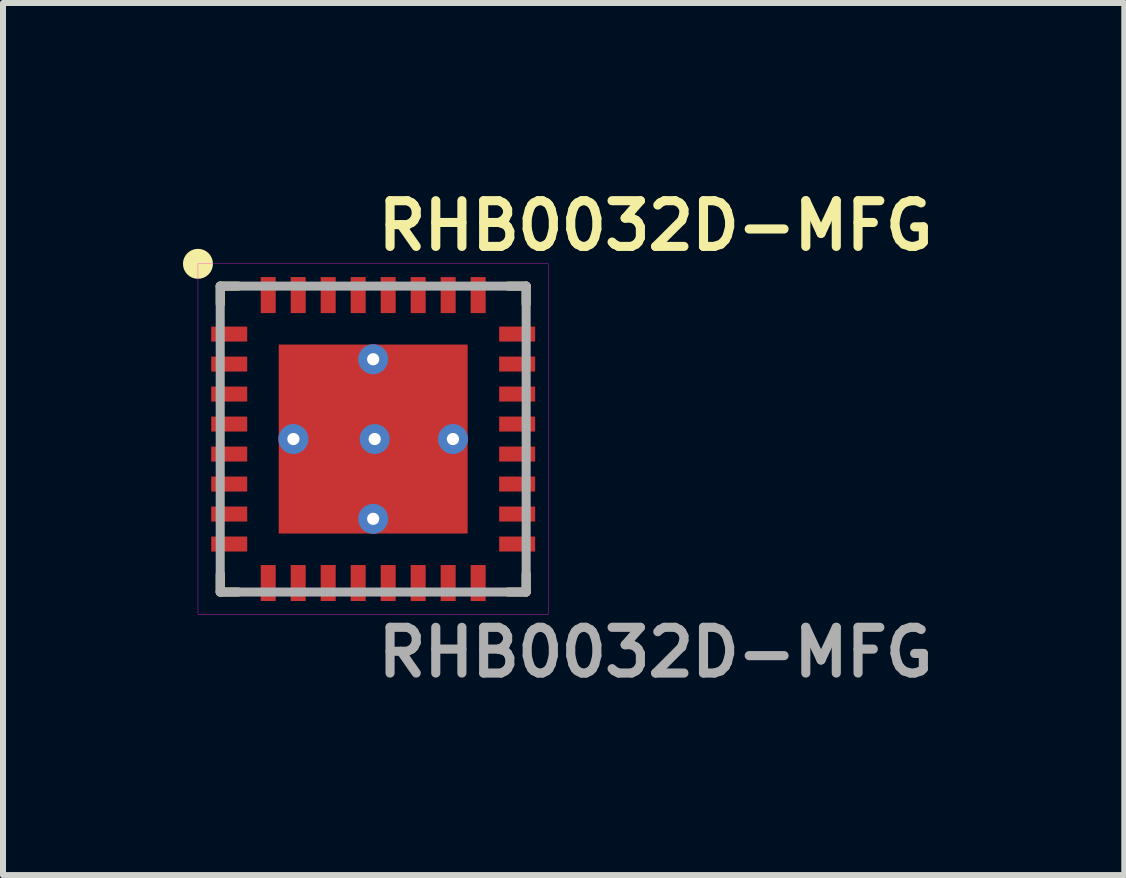
<source format=kicad_pcb>
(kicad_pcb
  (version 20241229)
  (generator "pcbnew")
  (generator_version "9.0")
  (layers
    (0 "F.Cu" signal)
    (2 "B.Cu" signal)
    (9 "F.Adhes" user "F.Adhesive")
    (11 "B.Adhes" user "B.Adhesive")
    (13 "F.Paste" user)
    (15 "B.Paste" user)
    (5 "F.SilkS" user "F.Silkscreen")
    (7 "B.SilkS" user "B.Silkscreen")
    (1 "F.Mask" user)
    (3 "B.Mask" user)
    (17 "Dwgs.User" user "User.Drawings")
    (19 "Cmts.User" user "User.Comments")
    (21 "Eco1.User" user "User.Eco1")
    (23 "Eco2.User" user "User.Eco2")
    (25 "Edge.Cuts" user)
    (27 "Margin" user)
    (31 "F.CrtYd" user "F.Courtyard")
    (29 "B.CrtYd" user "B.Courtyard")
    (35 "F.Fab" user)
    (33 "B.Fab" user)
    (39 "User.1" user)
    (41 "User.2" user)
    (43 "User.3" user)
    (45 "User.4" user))
  (footprint "RHB0032D-MFG"
    (layer "F.Cu")
    (at 3.171 4.269)
    (property "Reference" "RHB0032D-MFG" (at 0 -3.556 0) (unlocked yes) (layer "F.SilkS") (effects (font (size 0.762 0.762) (thickness 0.152) (bold yes)) (justify left)))
    (attr smd)
    (fp_line (start -2.55 -2.55) (end -2.25 -2.55) (stroke (width 0.15) (type solid)) (layer "F.SilkS"))
    (fp_line (start -2.55 -2.25) (end -2.55 -2.55) (stroke (width 0.15) (type solid)) (layer "F.SilkS"))
    (fp_line (start -2.55 2.55) (end -2.55 2.25) (stroke (width 0.15) (type solid)) (layer "F.SilkS"))
    (fp_line (start -2.55 2.55) (end -2.25 2.55) (stroke (width 0.15) (type solid)) (layer "F.SilkS"))
    (fp_line (start 2.25 -2.55) (end 2.55 -2.55) (stroke (width 0.15) (type solid)) (layer "F.SilkS"))
    (fp_line (start 2.25 2.55) (end 2.55 2.55) (stroke (width 0.15) (type solid)) (layer "F.SilkS"))
    (fp_line (start 2.55 -2.25) (end 2.55 -2.55) (stroke (width 0.15) (type solid)) (layer "F.SilkS"))
    (fp_line (start 2.55 2.55) (end 2.55 2.25) (stroke (width 0.15) (type solid)) (layer "F.SilkS"))
    (fp_circle (center -2.921 -2.921) (end -2.796 -2.921) (stroke (width 0.25) (type solid)) (fill no) (layer "F.SilkS"))
    (fp_poly (pts (xy -1.42 1.47) (xy -1.47 1.42) (xy -1.47 0.15) (xy -1.42 0.1) (xy -0.15 0.1) (xy -0.1 0.15) (xy -0.1 1.42) (xy -0.15 1.47)) (stroke (width 0) (type solid)) (fill yes) (layer "F.Paste"))
    (fp_poly (pts (xy -0.1 -0.15) (xy -0.15 -0.1) (xy -1.42 -0.1) (xy -1.47 -0.15) (xy -1.47 -1.42) (xy -1.42 -1.47) (xy -0.15 -1.47) (xy -0.1 -1.42)) (stroke (width 0) (type solid)) (fill yes) (layer "F.Paste"))
    (fp_poly (pts (xy 0.1 -0.15) (xy 0.1 -1.42) (xy 0.15 -1.47) (xy 1.42 -1.47) (xy 1.47 -1.42) (xy 1.47 -0.15) (xy 1.42 -0.1) (xy 0.15 -0.1)) (stroke (width 0) (type solid)) (fill yes) (layer "F.Paste"))
    (fp_poly (pts (xy 1.47 0.15) (xy 1.47 1.42) (xy 1.42 1.47) (xy 0.15 1.47) (xy 0.1 1.42) (xy 0.1 0.15) (xy 0.15 0.1) (xy 1.42 0.1)) (stroke (width 0) (type solid)) (fill yes) (layer "F.Paste"))
    (fp_rect (start -2.921 -2.921) (end 2.921 2.921) (stroke (width 0.006) (type default)) (fill no) (layer "F.CrtYd"))
    (fp_line (start -2.55 -2.55) (end 2.55 -2.55) (stroke (width 0.15) (type solid)) (layer "F.Fab"))
    (fp_line (start -2.55 2.55) (end -2.55 -2.55) (stroke (width 0.15) (type solid)) (layer "F.Fab"))
    (fp_line (start -2.55 2.55) (end 2.55 2.55) (stroke (width 0.15) (type solid)) (layer "F.Fab"))
    (fp_line (start 2.55 2.55) (end 2.55 -2.55) (stroke (width 0.15) (type solid)) (layer "F.Fab"))
    (fp_text user "${REFERENCE}" (at 0 3.556 0) (unlocked yes) (layer "F.Fab") (effects (font (size 0.762 0.762) (thickness 0.152) (bold yes)) (justify left)))
    (pad "1" smd rect (at -2.4 -1.75) (size 0.6 0.25) (layers "F.Cu" "F.Mask" "F.Paste"))
    (pad "2" smd rect (at -2.4 -1.25) (size 0.6 0.25) (layers "F.Cu" "F.Mask" "F.Paste"))
    (pad "3" smd rect (at -2.4 -0.75) (size 0.6 0.25) (layers "F.Cu" "F.Mask" "F.Paste"))
    (pad "4" smd rect (at -2.4 -0.25) (size 0.6 0.25) (layers "F.Cu" "F.Mask" "F.Paste"))
    (pad "5" smd rect (at -2.4 0.25) (size 0.6 0.25) (layers "F.Cu" "F.Mask" "F.Paste"))
    (pad "6" smd rect (at -2.4 0.75) (size 0.6 0.25) (layers "F.Cu" "F.Mask" "F.Paste"))
    (pad "7" smd rect (at -2.4 1.25) (size 0.6 0.25) (layers "F.Cu" "F.Mask" "F.Paste"))
    (pad "8" smd rect (at -2.4 1.75) (size 0.6 0.25) (layers "F.Cu" "F.Mask" "F.Paste"))
    (pad "9" smd rect (at -1.75 2.4 90) (size 0.6 0.25) (layers "F.Cu" "F.Mask" "F.Paste"))
    (pad "10" smd rect (at -1.25 2.4 90) (size 0.6 0.25) (layers "F.Cu" "F.Mask" "F.Paste"))
    (pad "11" smd rect (at -0.75 2.4 90) (size 0.6 0.25) (layers "F.Cu" "F.Mask" "F.Paste"))
    (pad "12" smd rect (at -0.25 2.4 90) (size 0.6 0.25) (layers "F.Cu" "F.Mask" "F.Paste"))
    (pad "13" smd rect (at 0.25 2.4 90) (size 0.6 0.25) (layers "F.Cu" "F.Mask" "F.Paste"))
    (pad "14" smd rect (at 0.75 2.4 90) (size 0.6 0.25) (layers "F.Cu" "F.Mask" "F.Paste"))
    (pad "15" smd rect (at 1.25 2.4 90) (size 0.6 0.25) (layers "F.Cu" "F.Mask" "F.Paste"))
    (pad "16" smd rect (at 1.75 2.4 90) (size 0.6 0.25) (layers "F.Cu" "F.Mask" "F.Paste"))
    (pad "17" smd rect (at 2.4 1.75) (size 0.6 0.25) (layers "F.Cu" "F.Mask" "F.Paste"))
    (pad "18" smd rect (at 2.4 1.25) (size 0.6 0.25) (layers "F.Cu" "F.Mask" "F.Paste"))
    (pad "19" smd rect (at 2.4 0.75) (size 0.6 0.25) (layers "F.Cu" "F.Mask" "F.Paste"))
    (pad "20" smd rect (at 2.4 0.25) (size 0.6 0.25) (layers "F.Cu" "F.Mask" "F.Paste"))
    (pad "21" smd rect (at 2.4 -0.25) (size 0.6 0.25) (layers "F.Cu" "F.Mask" "F.Paste"))
    (pad "22" smd rect (at 2.4 -0.75) (size 0.6 0.25) (layers "F.Cu" "F.Mask" "F.Paste"))
    (pad "23" smd rect (at 2.4 -1.25) (size 0.6 0.25) (layers "F.Cu" "F.Mask" "F.Paste"))
    (pad "24" smd rect (at 2.4 -1.75) (size 0.6 0.25) (layers "F.Cu" "F.Mask" "F.Paste"))
    (pad "25" smd rect (at 1.75 -2.4 90) (size 0.6 0.25) (layers "F.Cu" "F.Mask" "F.Paste"))
    (pad "26" smd rect (at 1.25 -2.4 90) (size 0.6 0.25) (layers "F.Cu" "F.Mask" "F.Paste"))
    (pad "27" smd rect (at 0.75 -2.4 90) (size 0.6 0.25) (layers "F.Cu" "F.Mask" "F.Paste"))
    (pad "28" smd rect (at 0.25 -2.4 90) (size 0.6 0.25) (layers "F.Cu" "F.Mask" "F.Paste"))
    (pad "29" smd rect (at -0.25 -2.4 90) (size 0.6 0.25) (layers "F.Cu" "F.Mask" "F.Paste"))
    (pad "30" smd rect (at -0.75 -2.4 90) (size 0.6 0.25) (layers "F.Cu" "F.Mask" "F.Paste"))
    (pad "31" smd rect (at -1.25 -2.4 90) (size 0.6 0.25) (layers "F.Cu" "F.Mask" "F.Paste"))
    (pad "32" smd rect (at -1.75 -2.4 90) (size 0.6 0.25) (layers "F.Cu" "F.Mask" "F.Paste"))
    (pad "33" thru_hole circle (at -1.33 0) (size 0.5 0.5) (drill 0.203) (layers "*.Cu" "*.Mask"))
    (pad "33" thru_hole circle (at 0 -1.33) (size 0.5 0.5) (drill 0.203) (layers "*.Cu" "*.Mask"))
    (pad "33" smd rect (at 0 0) (size 3.15 3.15) (layers "F.Cu" "F.Mask"))
    (pad "33" thru_hole circle (at 0 1.33) (size 0.5 0.5) (drill 0.203) (layers "*.Cu" "*.Mask"))
    (pad "33" thru_hole circle (at 0.025 0) (size 0.5 0.5) (drill 0.203) (layers "*.Cu" "*.Mask"))
    (pad "33" thru_hole circle (at 1.33 0) (size 0.5 0.5) (drill 0.203) (layers "*.Cu" "*.Mask")))
  (gr_rect
    (start -3 -3)
    (end 15.692 11.538)
    (stroke (width 0.1) (type default))
    (fill no)
    (layer "Edge.Cuts")))
</source>
